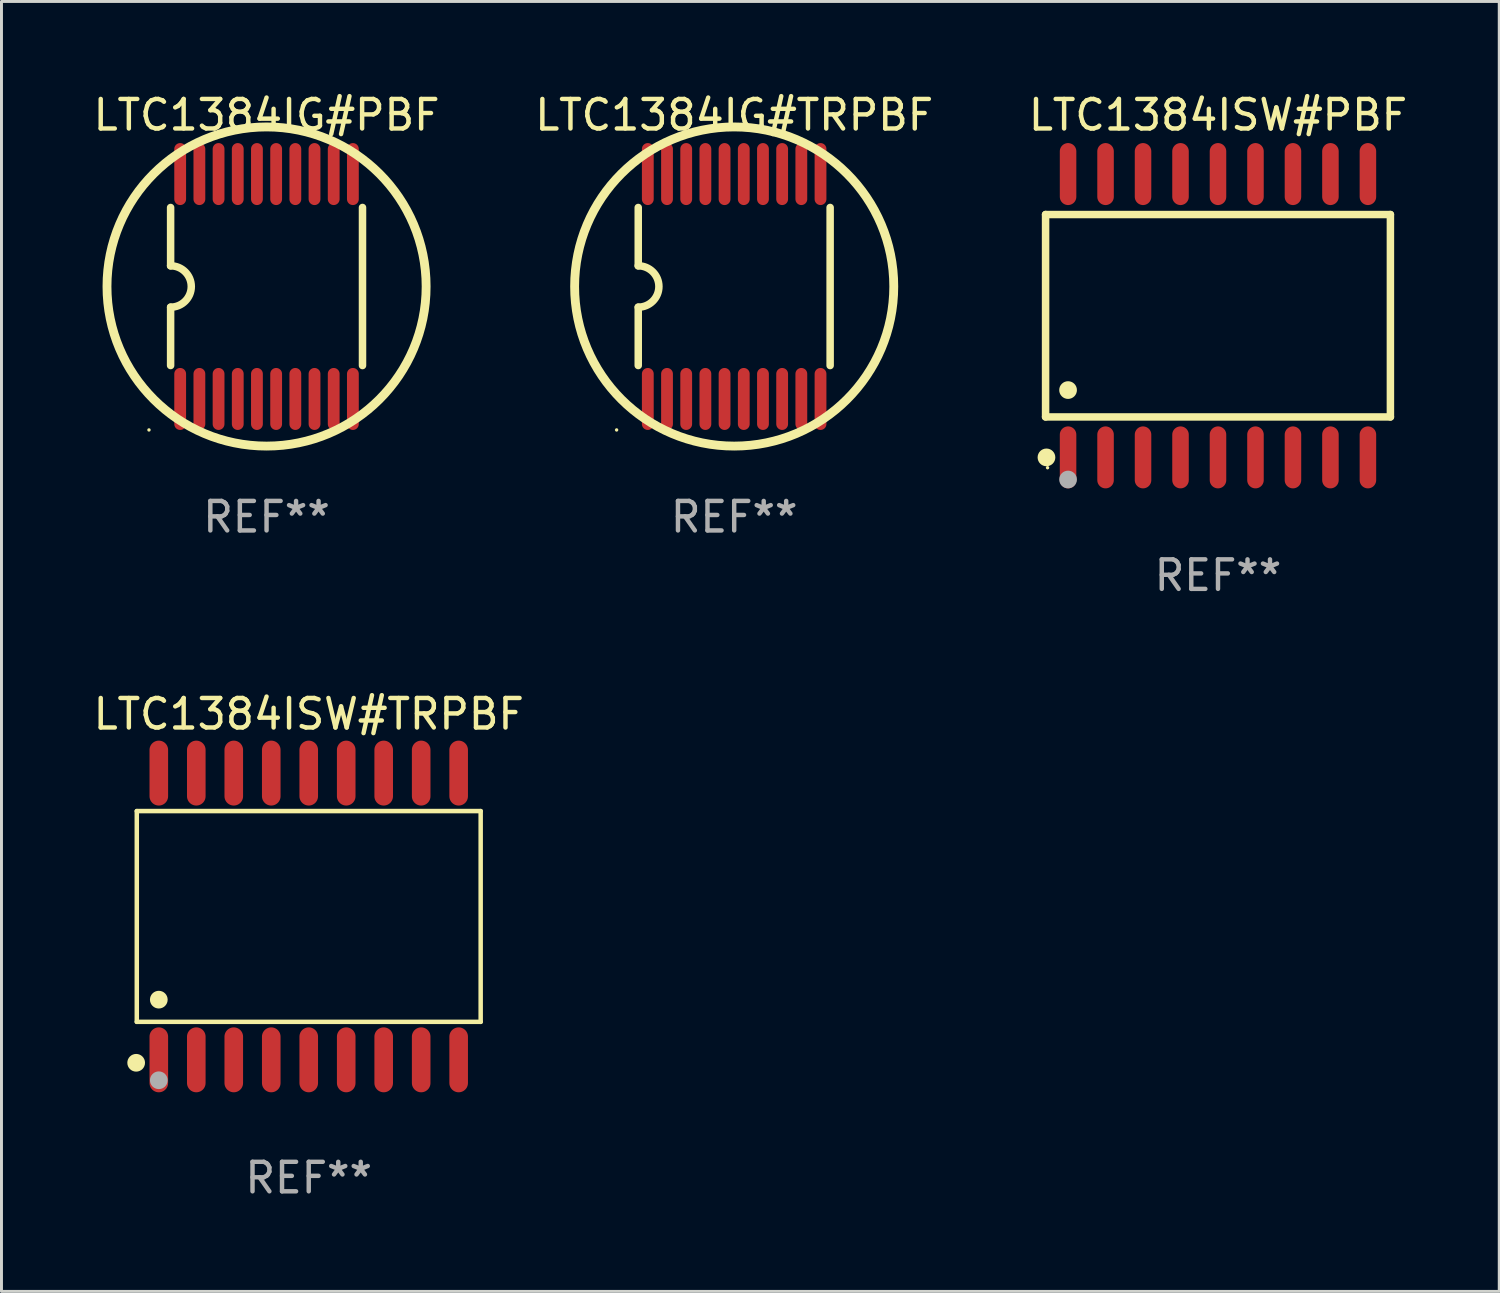
<source format=kicad_pcb>
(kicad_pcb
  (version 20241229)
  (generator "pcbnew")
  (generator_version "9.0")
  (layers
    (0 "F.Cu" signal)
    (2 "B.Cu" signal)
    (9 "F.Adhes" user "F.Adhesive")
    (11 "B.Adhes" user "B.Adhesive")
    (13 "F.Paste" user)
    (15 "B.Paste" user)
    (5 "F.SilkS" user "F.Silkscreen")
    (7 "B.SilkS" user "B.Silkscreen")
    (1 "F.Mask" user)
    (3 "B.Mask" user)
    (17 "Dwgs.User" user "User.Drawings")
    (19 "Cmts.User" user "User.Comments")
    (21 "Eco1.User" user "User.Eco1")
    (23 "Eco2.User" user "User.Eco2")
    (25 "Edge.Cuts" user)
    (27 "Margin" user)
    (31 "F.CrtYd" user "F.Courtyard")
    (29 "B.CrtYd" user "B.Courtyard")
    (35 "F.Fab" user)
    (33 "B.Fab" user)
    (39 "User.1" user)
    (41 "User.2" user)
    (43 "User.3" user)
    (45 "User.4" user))
  (footprint "LTC1384IG#PBF"
    (layer "F.Cu")
    (at 5.982 6.658)
    (property "Reference" "LTC1384IG#PBF" (at 0 -5.81 0) (layer "F.SilkS") (effects (font (size 1 1) (thickness 0.15))))
    (attr through_hole)
    (fp_line (start -3.251 -2.677) (end -3.251 -0.7) (stroke (width 0.254) (type solid)) (layer "F.SilkS"))
    (fp_line (start -3.251 0.7) (end -3.251 2.677) (stroke (width 0.254) (type solid)) (layer "F.SilkS"))
    (fp_line (start 3.251 -2.678) (end 3.251 2.678) (stroke (width 0.254) (type solid)) (layer "F.SilkS"))
    (fp_arc (start -3.785204 3.860808) (mid 3.785182 -3.860786) (end -3.785204 3.860808) (stroke (width 0.3) (type solid)) (layer "F.SilkS"))
    (fp_arc (start -3.251803 -0.701041) (mid -2.55127 -0.001117) (end -3.25061 0.7) (stroke (width 0.254001) (type solid)) (layer "F.SilkS"))
    (fp_circle (center -3.984 4.86) (end -3.954 4.86) (stroke (width 0.06) (type solid)) (fill no) (layer "F.SilkS"))
    (fp_text user "REF**" (at 0 7.81 0) (layer "F.Fab") (effects (font (size 1 1) (thickness 0.15))))
    (pad "1" smd oval (at -2.927 3.81 180) (size 0.4 2.1) (layers "F.Cu" "F.Mask" "F.Paste"))
    (pad "2" smd oval (at -2.276 3.81 180) (size 0.4 2.1) (layers "F.Cu" "F.Mask" "F.Paste"))
    (pad "3" smd oval (at -1.626 3.81 180) (size 0.4 2.1) (layers "F.Cu" "F.Mask" "F.Paste"))
    (pad "4" smd oval (at -0.976 3.81 180) (size 0.4 2.1) (layers "F.Cu" "F.Mask" "F.Paste"))
    (pad "5" smd oval (at -0.326 3.81 180) (size 0.4 2.1) (layers "F.Cu" "F.Mask" "F.Paste"))
    (pad "6" smd oval (at 0.325 3.81 180) (size 0.4 2.1) (layers "F.Cu" "F.Mask" "F.Paste"))
    (pad "7" smd oval (at 0.975 3.81 180) (size 0.4 2.1) (layers "F.Cu" "F.Mask" "F.Paste"))
    (pad "8" smd oval (at 1.625 3.81 180) (size 0.4 2.1) (layers "F.Cu" "F.Mask" "F.Paste"))
    (pad "9" smd oval (at 2.275 3.81 180) (size 0.4 2.1) (layers "F.Cu" "F.Mask" "F.Paste"))
    (pad "10" smd oval (at 2.925 3.81 180) (size 0.4 2.1) (layers "F.Cu" "F.Mask" "F.Paste"))
    (pad "11" smd oval (at 2.925 -3.81 180) (size 0.4 2.1) (layers "F.Cu" "F.Mask" "F.Paste"))
    (pad "12" smd oval (at 2.275 -3.81 180) (size 0.4 2.1) (layers "F.Cu" "F.Mask" "F.Paste"))
    (pad "13" smd oval (at 1.625 -3.81 180) (size 0.4 2.1) (layers "F.Cu" "F.Mask" "F.Paste"))
    (pad "14" smd oval (at 0.975 -3.81 180) (size 0.4 2.1) (layers "F.Cu" "F.Mask" "F.Paste"))
    (pad "15" smd oval (at 0.325 -3.81 180) (size 0.4 2.1) (layers "F.Cu" "F.Mask" "F.Paste"))
    (pad "16" smd oval (at -0.326 -3.81 180) (size 0.4 2.1) (layers "F.Cu" "F.Mask" "F.Paste"))
    (pad "17" smd oval (at -0.976 -3.81 180) (size 0.4 2.1) (layers "F.Cu" "F.Mask" "F.Paste"))
    (pad "18" smd oval (at -1.626 -3.81 180) (size 0.4 2.1) (layers "F.Cu" "F.Mask" "F.Paste"))
    (pad "19" smd oval (at -2.276 -3.81 180) (size 0.4 2.1) (layers "F.Cu" "F.Mask" "F.Paste"))
    (pad "20" smd oval (at -2.927 -3.81 180) (size 0.4 2.1) (layers "F.Cu" "F.Mask" "F.Paste")))
  (footprint "LTC1384ISW#TRPBF"
    (layer "F.Cu")
    (at 7.411 28.003)
    (property "Reference" "LTC1384ISW#TRPBF" (at 0 -6.858 0) (layer "F.SilkS") (effects (font (size 1 1) (thickness 0.15))))
    (attr through_hole)
    (fp_line (start -5.826 -3.571) (end 5.826 -3.571) (stroke (width 0.152) (type solid)) (layer "F.SilkS"))
    (fp_line (start -5.826 3.571) (end -5.826 -3.571) (stroke (width 0.152) (type solid)) (layer "F.SilkS"))
    (fp_line (start 5.826 -3.571) (end 5.826 3.571) (stroke (width 0.152) (type solid)) (layer "F.SilkS"))
    (fp_line (start 5.826 3.571) (end -5.826 3.571) (stroke (width 0.152) (type solid)) (layer "F.SilkS"))
    (fp_circle (center -5.847 4.958) (end -5.697 4.958) (stroke (width 0.3) (type solid)) (fill no) (layer "F.SilkS"))
    (fp_circle (center -5.75 5.15) (end -5.72 5.15) (stroke (width 0.06) (type solid)) (fill no) (layer "F.SilkS"))
    (fp_circle (center -5.08 2.819) (end -4.93 2.819) (stroke (width 0.3) (type solid)) (fill no) (layer "F.SilkS"))
    (fp_circle (center -5.08 5.55) (end -4.93 5.55) (stroke (width 0.3) (type solid)) (fill no) (layer "F.Fab"))
    (fp_text user "REF**" (at 0 8.858 0) (layer "F.Fab") (effects (font (size 1 1) (thickness 0.15))))
    (pad "1" smd oval (at -5.08 4.858) (size 0.63 2.2) (layers "F.Cu" "F.Mask" "F.Paste"))
    (pad "2" smd oval (at -3.81 4.858) (size 0.63 2.2) (layers "F.Cu" "F.Mask" "F.Paste"))
    (pad "3" smd oval (at -2.54 4.858) (size 0.63 2.2) (layers "F.Cu" "F.Mask" "F.Paste"))
    (pad "4" smd oval (at -1.27 4.858) (size 0.63 2.2) (layers "F.Cu" "F.Mask" "F.Paste"))
    (pad "5" smd oval (at 0 4.858) (size 0.63 2.2) (layers "F.Cu" "F.Mask" "F.Paste"))
    (pad "6" smd oval (at 1.27 4.858) (size 0.63 2.2) (layers "F.Cu" "F.Mask" "F.Paste"))
    (pad "7" smd oval (at 2.54 4.858) (size 0.63 2.2) (layers "F.Cu" "F.Mask" "F.Paste"))
    (pad "8" smd oval (at 3.81 4.858) (size 0.63 2.2) (layers "F.Cu" "F.Mask" "F.Paste"))
    (pad "9" smd oval (at 5.08 4.858) (size 0.63 2.2) (layers "F.Cu" "F.Mask" "F.Paste"))
    (pad "10" smd oval (at 5.08 -4.858) (size 0.63 2.2) (layers "F.Cu" "F.Mask" "F.Paste"))
    (pad "11" smd oval (at 3.81 -4.858) (size 0.63 2.2) (layers "F.Cu" "F.Mask" "F.Paste"))
    (pad "12" smd oval (at 2.54 -4.858) (size 0.63 2.2) (layers "F.Cu" "F.Mask" "F.Paste"))
    (pad "13" smd oval (at 1.27 -4.858) (size 0.63 2.2) (layers "F.Cu" "F.Mask" "F.Paste"))
    (pad "14" smd oval (at 0 -4.858) (size 0.63 2.2) (layers "F.Cu" "F.Mask" "F.Paste"))
    (pad "15" smd oval (at -1.27 -4.858) (size 0.63 2.2) (layers "F.Cu" "F.Mask" "F.Paste"))
    (pad "16" smd oval (at -2.54 -4.858) (size 0.63 2.2) (layers "F.Cu" "F.Mask" "F.Paste"))
    (pad "17" smd oval (at -3.81 -4.858) (size 0.63 2.2) (layers "F.Cu" "F.Mask" "F.Paste"))
    (pad "18" smd oval (at -5.08 -4.858) (size 0.63 2.2) (layers "F.Cu" "F.Mask" "F.Paste")))
  (footprint "LTC1384IG#TRPBF"
    (layer "F.Cu")
    (at 21.827 6.658)
    (property "Reference" "LTC1384IG#TRPBF" (at 0 -5.81 0) (layer "F.SilkS") (effects (font (size 1 1) (thickness 0.15))))
    (attr through_hole)
    (fp_line (start -3.251 -2.677) (end -3.251 -0.7) (stroke (width 0.254) (type solid)) (layer "F.SilkS"))
    (fp_line (start -3.251 0.7) (end -3.251 2.677) (stroke (width 0.254) (type solid)) (layer "F.SilkS"))
    (fp_line (start 3.251 -2.678) (end 3.251 2.678) (stroke (width 0.254) (type solid)) (layer "F.SilkS"))
    (fp_arc (start -3.785204 3.860808) (mid 3.785182 -3.860786) (end -3.785204 3.860808) (stroke (width 0.3) (type solid)) (layer "F.SilkS"))
    (fp_arc (start -3.251803 -0.701041) (mid -2.55127 -0.001117) (end -3.25061 0.7) (stroke (width 0.254001) (type solid)) (layer "F.SilkS"))
    (fp_circle (center -3.984 4.86) (end -3.954 4.86) (stroke (width 0.06) (type solid)) (fill no) (layer "F.SilkS"))
    (fp_text user "REF**" (at 0 7.81 0) (layer "F.Fab") (effects (font (size 1 1) (thickness 0.15))))
    (pad "1" smd oval (at -2.927 3.81 180) (size 0.4 2.1) (layers "F.Cu" "F.Mask" "F.Paste"))
    (pad "2" smd oval (at -2.276 3.81 180) (size 0.4 2.1) (layers "F.Cu" "F.Mask" "F.Paste"))
    (pad "3" smd oval (at -1.626 3.81 180) (size 0.4 2.1) (layers "F.Cu" "F.Mask" "F.Paste"))
    (pad "4" smd oval (at -0.976 3.81 180) (size 0.4 2.1) (layers "F.Cu" "F.Mask" "F.Paste"))
    (pad "5" smd oval (at -0.326 3.81 180) (size 0.4 2.1) (layers "F.Cu" "F.Mask" "F.Paste"))
    (pad "6" smd oval (at 0.325 3.81 180) (size 0.4 2.1) (layers "F.Cu" "F.Mask" "F.Paste"))
    (pad "7" smd oval (at 0.975 3.81 180) (size 0.4 2.1) (layers "F.Cu" "F.Mask" "F.Paste"))
    (pad "8" smd oval (at 1.625 3.81 180) (size 0.4 2.1) (layers "F.Cu" "F.Mask" "F.Paste"))
    (pad "9" smd oval (at 2.275 3.81 180) (size 0.4 2.1) (layers "F.Cu" "F.Mask" "F.Paste"))
    (pad "10" smd oval (at 2.925 3.81 180) (size 0.4 2.1) (layers "F.Cu" "F.Mask" "F.Paste"))
    (pad "11" smd oval (at 2.925 -3.81 180) (size 0.4 2.1) (layers "F.Cu" "F.Mask" "F.Paste"))
    (pad "12" smd oval (at 2.275 -3.81 180) (size 0.4 2.1) (layers "F.Cu" "F.Mask" "F.Paste"))
    (pad "13" smd oval (at 1.625 -3.81 180) (size 0.4 2.1) (layers "F.Cu" "F.Mask" "F.Paste"))
    (pad "14" smd oval (at 0.975 -3.81 180) (size 0.4 2.1) (layers "F.Cu" "F.Mask" "F.Paste"))
    (pad "15" smd oval (at 0.325 -3.81 180) (size 0.4 2.1) (layers "F.Cu" "F.Mask" "F.Paste"))
    (pad "16" smd oval (at -0.326 -3.81 180) (size 0.4 2.1) (layers "F.Cu" "F.Mask" "F.Paste"))
    (pad "17" smd oval (at -0.976 -3.81 180) (size 0.4 2.1) (layers "F.Cu" "F.Mask" "F.Paste"))
    (pad "18" smd oval (at -1.626 -3.81 180) (size 0.4 2.1) (layers "F.Cu" "F.Mask" "F.Paste"))
    (pad "19" smd oval (at -2.276 -3.81 180) (size 0.4 2.1) (layers "F.Cu" "F.Mask" "F.Paste"))
    (pad "20" smd oval (at -2.927 -3.81 180) (size 0.4 2.1) (layers "F.Cu" "F.Mask" "F.Paste")))
  (footprint "LTC1384ISW#PBF"
    (layer "F.Cu")
    (at 38.22 7.648)
    (property "Reference" "LTC1384ISW#PBF" (at 0 -6.8 0) (layer "F.SilkS") (effects (font (size 1 1) (thickness 0.15))))
    (attr through_hole)
    (fp_line (start -5.842 -3.429) (end -5.842 3.429) (stroke (width 0.254) (type solid)) (layer "F.SilkS"))
    (fp_line (start -5.842 3.429) (end 5.842 3.429) (stroke (width 0.254) (type solid)) (layer "F.SilkS"))
    (fp_line (start 5.842 -3.429) (end -5.842 -3.429) (stroke (width 0.254) (type solid)) (layer "F.SilkS"))
    (fp_line (start 5.842 3.429) (end 5.842 -3.429) (stroke (width 0.254) (type solid)) (layer "F.SilkS"))
    (fp_circle (center -5.812 4.8) (end -5.662 4.8) (stroke (width 0.3) (type solid)) (fill no) (layer "F.SilkS"))
    (fp_circle (center -5.775 5.15) (end -5.745 5.15) (stroke (width 0.06) (type solid)) (fill no) (layer "F.SilkS"))
    (fp_circle (center -5.08 2.519) (end -4.93 2.519) (stroke (width 0.3) (type solid)) (fill no) (layer "F.SilkS"))
    (fp_circle (center -5.08 5.55) (end -4.93 5.55) (stroke (width 0.3) (type solid)) (fill no) (layer "F.Fab"))
    (fp_text user "REF**" (at 0 8.8 0) (layer "F.Fab") (effects (font (size 1 1) (thickness 0.15))))
    (pad "1" smd oval (at -5.08 4.8) (size 0.56 2.1) (layers "F.Cu" "F.Mask" "F.Paste"))
    (pad "2" smd oval (at -3.81 4.8) (size 0.56 2.1) (layers "F.Cu" "F.Mask" "F.Paste"))
    (pad "3" smd oval (at -2.54 4.8) (size 0.56 2.1) (layers "F.Cu" "F.Mask" "F.Paste"))
    (pad "4" smd oval (at -1.27 4.8) (size 0.56 2.1) (layers "F.Cu" "F.Mask" "F.Paste"))
    (pad "5" smd oval (at 0 4.8) (size 0.56 2.1) (layers "F.Cu" "F.Mask" "F.Paste"))
    (pad "6" smd oval (at 1.27 4.8) (size 0.56 2.1) (layers "F.Cu" "F.Mask" "F.Paste"))
    (pad "7" smd oval (at 2.54 4.8) (size 0.56 2.1) (layers "F.Cu" "F.Mask" "F.Paste"))
    (pad "8" smd oval (at 3.81 4.8) (size 0.56 2.1) (layers "F.Cu" "F.Mask" "F.Paste"))
    (pad "9" smd oval (at 5.08 4.8) (size 0.56 2.1) (layers "F.Cu" "F.Mask" "F.Paste"))
    (pad "10" smd oval (at 5.08 -4.8) (size 0.56 2.1) (layers "F.Cu" "F.Mask" "F.Paste"))
    (pad "11" smd oval (at 3.81 -4.8) (size 0.56 2.1) (layers "F.Cu" "F.Mask" "F.Paste"))
    (pad "12" smd oval (at 2.54 -4.8) (size 0.56 2.1) (layers "F.Cu" "F.Mask" "F.Paste"))
    (pad "13" smd oval (at 1.27 -4.8) (size 0.56 2.1) (layers "F.Cu" "F.Mask" "F.Paste"))
    (pad "14" smd oval (at 0 -4.8) (size 0.56 2.1) (layers "F.Cu" "F.Mask" "F.Paste"))
    (pad "15" smd oval (at -1.27 -4.8) (size 0.56 2.1) (layers "F.Cu" "F.Mask" "F.Paste"))
    (pad "16" smd oval (at -2.54 -4.8) (size 0.56 2.1) (layers "F.Cu" "F.Mask" "F.Paste"))
    (pad "17" smd oval (at -3.81 -4.8) (size 0.56 2.1) (layers "F.Cu" "F.Mask" "F.Paste"))
    (pad "18" smd oval (at -5.08 -4.8) (size 0.56 2.1) (layers "F.Cu" "F.Mask" "F.Paste")))
  (gr_rect
    (start -3 -3)
    (end 47.75 40.708)
    (stroke (width 0.1) (type default))
    (fill no)
    (layer "Edge.Cuts")))
</source>
